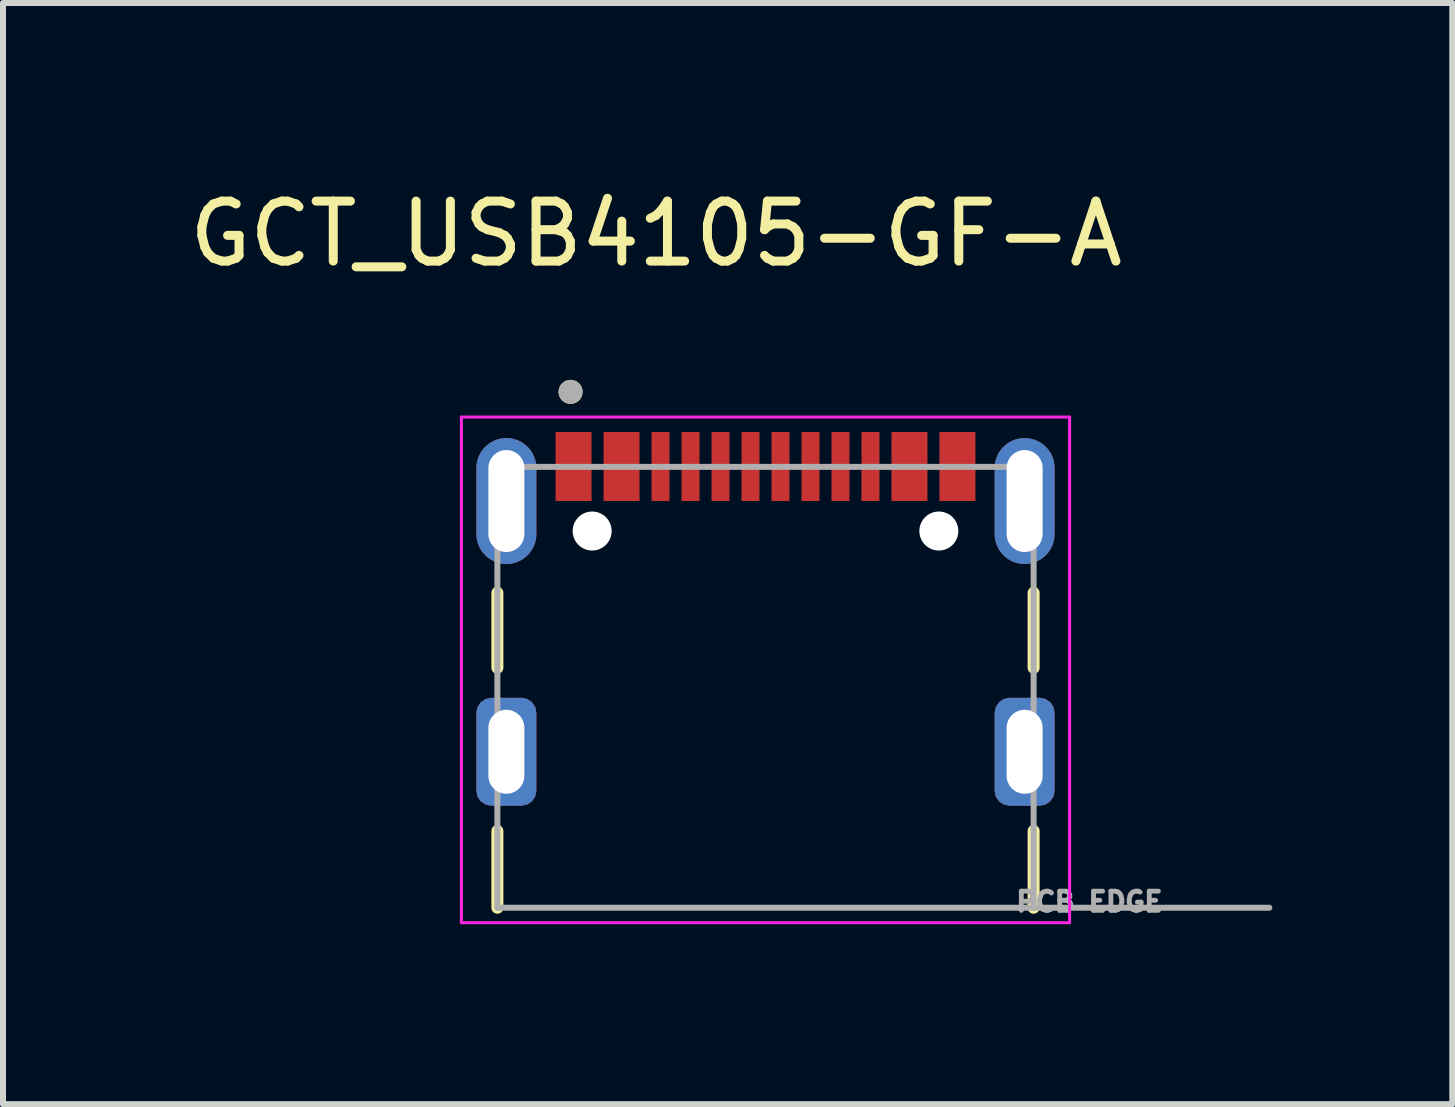
<source format=kicad_pcb>
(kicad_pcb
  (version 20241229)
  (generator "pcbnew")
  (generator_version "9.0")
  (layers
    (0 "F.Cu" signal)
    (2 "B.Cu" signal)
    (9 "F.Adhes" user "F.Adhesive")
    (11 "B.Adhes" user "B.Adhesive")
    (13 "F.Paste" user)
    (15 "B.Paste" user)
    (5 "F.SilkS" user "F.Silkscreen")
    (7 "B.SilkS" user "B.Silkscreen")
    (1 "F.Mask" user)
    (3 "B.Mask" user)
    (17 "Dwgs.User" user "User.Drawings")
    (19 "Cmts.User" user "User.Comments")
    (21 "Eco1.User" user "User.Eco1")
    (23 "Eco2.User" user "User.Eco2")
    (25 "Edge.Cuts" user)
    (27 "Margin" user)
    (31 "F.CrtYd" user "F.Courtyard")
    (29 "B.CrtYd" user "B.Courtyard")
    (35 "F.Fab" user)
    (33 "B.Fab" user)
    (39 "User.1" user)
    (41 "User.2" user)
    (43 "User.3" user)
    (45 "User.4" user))
  (footprint "GCT_USB4105-GF-A"
    (layer "F.Cu")
    (at 9.712 9.483)
    (property "Reference" "GCT_USB4105-GF-A" (at -1.825 -8.635 0) (layer "F.SilkS") (effects (font (size 1 1) (thickness 0.15))))
    (attr smd)
    (fp_line (start -4.47 -2.65) (end -4.47 -1.4) (stroke (width 0.2) (type solid)) (layer "F.SilkS"))
    (fp_line (start -4.47 1.32) (end -4.47 2.6) (stroke (width 0.2) (type solid)) (layer "F.SilkS"))
    (fp_line (start 4.47 -2.65) (end 4.47 -1.4) (stroke (width 0.2) (type solid)) (layer "F.SilkS"))
    (fp_line (start 4.47 2.6) (end 4.47 1.32) (stroke (width 0.2) (type solid)) (layer "F.SilkS"))
    (fp_circle (center -3.25 -6) (end -3.15 -6) (stroke (width 0.2) (type solid)) (fill no) (layer "F.SilkS"))
    (fp_line (start -5.07 -5.58) (end -5.07 2.85) (stroke (width 0.05) (type solid)) (layer "F.CrtYd"))
    (fp_line (start -5.07 2.85) (end 5.07 2.85) (stroke (width 0.05) (type solid)) (layer "F.CrtYd"))
    (fp_line (start 5.07 -5.58) (end -5.07 -5.58) (stroke (width 0.05) (type solid)) (layer "F.CrtYd"))
    (fp_line (start 5.07 2.85) (end 5.07 -5.58) (stroke (width 0.05) (type solid)) (layer "F.CrtYd"))
    (fp_line (start -4.47 -4.75) (end 4.47 -4.75) (stroke (width 0.1) (type solid)) (layer "F.Fab"))
    (fp_line (start -4.47 2.6) (end -4.47 -4.75) (stroke (width 0.1) (type solid)) (layer "F.Fab"))
    (fp_line (start 4.47 -4.75) (end 4.47 2.6) (stroke (width 0.1) (type solid)) (layer "F.Fab"))
    (fp_line (start 4.47 2.6) (end -4.47 2.6) (stroke (width 0.1) (type solid)) (layer "F.Fab"))
    (fp_line (start 4.47 2.6) (end 8.4 2.6) (stroke (width 0.1) (type solid)) (layer "F.Fab"))
    (fp_circle (center -3.25 -6) (end -3.15 -6) (stroke (width 0.2) (type solid)) (fill no) (layer "F.Fab"))
    (fp_text user "PCB EDGE" (at 5.4 2.5 0) (layer "F.Fab") (effects (font (size 0.32 0.32) (thickness 0.08))))
    (pad "" np_thru_hole circle (at -2.89 -3.68) (size 0.65 0.65) (drill 0.65) (layers "*.Cu" "*.Mask"))
    (pad "" np_thru_hole circle (at 2.89 -3.68) (size 0.65 0.65) (drill 0.65) (layers "*.Cu" "*.Mask"))
    (pad "A1/B12" smd rect (at -3.2 -4.755) (size 0.6 1.15) (layers "F.Cu" "F.Mask" "F.Paste"))
    (pad "A4/B9" smd rect (at -2.4 -4.755) (size 0.6 1.15) (layers "F.Cu" "F.Mask" "F.Paste"))
    (pad "A5" smd rect (at -1.25 -4.755) (size 0.3 1.15) (layers "F.Cu" "F.Mask" "F.Paste"))
    (pad "A6" smd rect (at -0.25 -4.755) (size 0.3 1.15) (layers "F.Cu" "F.Mask" "F.Paste"))
    (pad "A7" smd rect (at 0.25 -4.755) (size 0.3 1.15) (layers "F.Cu" "F.Mask" "F.Paste"))
    (pad "A8" smd rect (at 1.25 -4.755) (size 0.3 1.15) (layers "F.Cu" "F.Mask" "F.Paste"))
    (pad "B1/A12" smd rect (at 3.2 -4.755) (size 0.6 1.15) (layers "F.Cu" "F.Mask" "F.Paste"))
    (pad "B4/A9" smd rect (at 2.4 -4.755) (size 0.6 1.15) (layers "F.Cu" "F.Mask" "F.Paste"))
    (pad "B5" smd rect (at 1.75 -4.755) (size 0.3 1.15) (layers "F.Cu" "F.Mask" "F.Paste"))
    (pad "B6" smd rect (at 0.75 -4.755) (size 0.3 1.15) (layers "F.Cu" "F.Mask" "F.Paste"))
    (pad "B7" smd rect (at -0.75 -4.755) (size 0.3 1.15) (layers "F.Cu" "F.Mask" "F.Paste"))
    (pad "B8" smd rect (at -1.75 -4.755) (size 0.3 1.15) (layers "F.Cu" "F.Mask" "F.Paste"))
    (pad "S1" thru_hole oval (at -4.32 -4.18) (size 1 2.1) (drill oval 0.6 1.7) (layers "*.Cu" "*.Mask"))
    (pad "S2" thru_hole oval (at 4.32 -4.18) (size 1 2.1) (drill oval 0.6 1.7) (layers "*.Cu" "*.Mask"))
    (pad "S3" thru_hole roundrect (at -4.32 0) (size 1 1.8) (drill oval 0.6 1.4) (layers "*.Cu" "*.Mask") (roundrect_rratio 0.25))
    (pad "S4" thru_hole roundrect (at 4.32 0) (size 1 1.8) (drill oval 0.6 1.4) (layers "*.Cu" "*.Mask") (roundrect_rratio 0.25)))
  (gr_rect
    (start -3 -3)
    (end 21.162 15.358)
    (stroke (width 0.1) (type default))
    (fill no)
    (layer "Edge.Cuts")))
</source>
